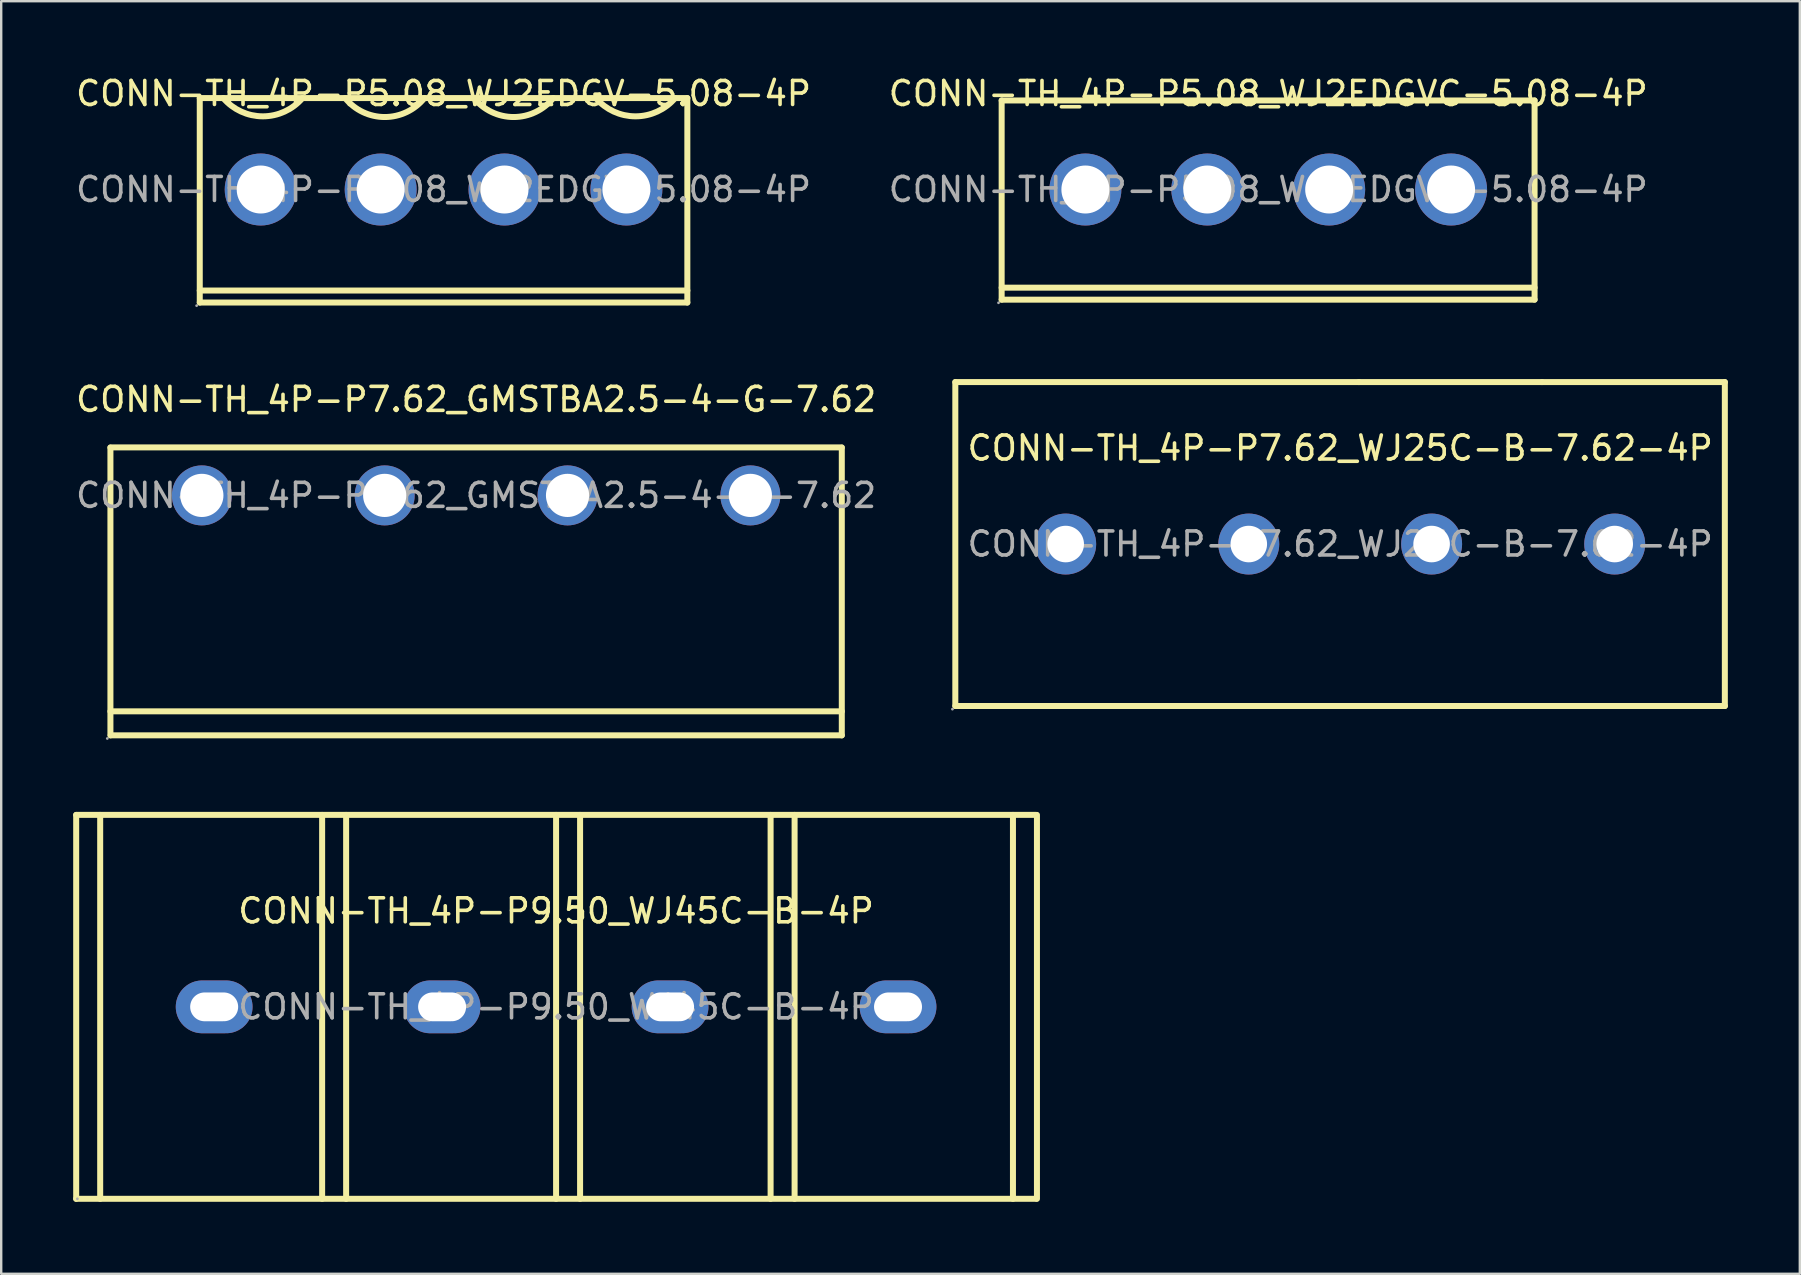
<source format=kicad_pcb>
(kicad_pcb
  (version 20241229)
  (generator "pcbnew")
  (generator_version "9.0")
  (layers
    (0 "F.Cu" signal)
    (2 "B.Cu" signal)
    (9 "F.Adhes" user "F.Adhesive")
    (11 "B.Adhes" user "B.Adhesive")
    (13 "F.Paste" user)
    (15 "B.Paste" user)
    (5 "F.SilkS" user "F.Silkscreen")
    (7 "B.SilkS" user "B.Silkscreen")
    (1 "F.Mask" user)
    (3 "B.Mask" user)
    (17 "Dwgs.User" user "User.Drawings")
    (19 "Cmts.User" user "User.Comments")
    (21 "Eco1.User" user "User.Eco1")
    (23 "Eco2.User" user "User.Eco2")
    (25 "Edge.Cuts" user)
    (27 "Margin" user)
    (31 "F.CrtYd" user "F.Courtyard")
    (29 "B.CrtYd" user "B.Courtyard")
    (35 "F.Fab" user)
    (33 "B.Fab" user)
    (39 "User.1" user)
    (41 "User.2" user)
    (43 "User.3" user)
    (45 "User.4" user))
  (footprint "CONN-TH_4P-P5.08_WJ2EDGV-5.08-4P"
    (layer "F.Cu")
    (at 15.435 4.848)
    (property "Reference" "CONN-TH_4P-P5.08_WJ2EDGV-5.08-4P" (at 0 -4 0) (layer "F.SilkS") (effects (font (size 1 1) (thickness 0.15))))
    (attr through_hole)
    (fp_line (start -10.16 -3.81) (end 10.16 -3.81) (stroke (width 0.25) (type solid)) (layer "F.SilkS"))
    (fp_line (start -10.16 4.71) (end -10.16 -3.81) (stroke (width 0.25) (type solid)) (layer "F.SilkS"))
    (fp_line (start -10.16 4.71) (end 10.16 4.71) (stroke (width 0.25) (type solid)) (layer "F.SilkS"))
    (fp_line (start 10.16 4.21) (end -10.16 4.21) (stroke (width 0.25) (type solid)) (layer "F.SilkS"))
    (fp_line (start 10.16 4.71) (end 10.16 -3.81) (stroke (width 0.25) (type solid)) (layer "F.SilkS"))
    (fp_arc (start -5.88 -3.81) (mid -7.530394 -3.049608) (end -9.180511 -3.810599) (stroke (width 0.25) (type solid)) (layer "F.SilkS"))
    (fp_arc (start -0.8 -3.81) (mid -2.449109 -3.020708) (end -4.098881 -3.808614) (stroke (width 0.25) (type solid)) (layer "F.SilkS"))
    (fp_arc (start 4.57 -3.81) (mid 2.920891 -3.020708) (end 1.271119 -3.808614) (stroke (width 0.25) (type solid)) (layer "F.SilkS"))
    (fp_arc (start 9.65 -3.81) (mid 7.999606 -3.049608) (end 6.349489 -3.810599) (stroke (width 0.25) (type solid)) (layer "F.SilkS"))
    (fp_circle (center -10.29 4.84) (end -10.26 4.84) (stroke (width 0.06) (type solid)) (fill no) (layer "F.Fab"))
    (fp_circle (center -7.62 0) (end -7.17 0) (stroke (width 0.9) (type solid)) (fill no) (layer "F.Fab"))
    (fp_circle (center -2.62 0) (end -2.17 0) (stroke (width 0.9) (type solid)) (fill no) (layer "F.Fab"))
    (fp_circle (center 2.54 0) (end 2.99 0) (stroke (width 0.9) (type solid)) (fill no) (layer "F.Fab"))
    (fp_circle (center 7.62 0) (end 8.07 0) (stroke (width 0.9) (type solid)) (fill no) (layer "F.Fab"))
    (fp_text user "${REFERENCE}" (at 0 0 0) (layer "F.Fab") (effects (font (size 1 1) (thickness 0.15))))
    (pad "1" thru_hole circle (at -7.62 0) (size 3 3) (drill 2) (layers "*.Cu" "*.Paste" "*.Mask"))
    (pad "2" thru_hole circle (at -2.62 0) (size 3 3) (drill 2) (layers "*.Cu" "*.Paste" "*.Mask"))
    (pad "3" thru_hole circle (at 2.54 0) (size 3 3) (drill 2) (layers "*.Cu" "*.Paste" "*.Mask"))
    (pad "4" thru_hole circle (at 7.62 0) (size 3 3) (drill 2) (layers "*.Cu" "*.Paste" "*.Mask")))
  (footprint "CONN-TH_4P-P7.62_GMSTBA2.5-4-G-7.62"
    (layer "F.Cu")
    (at 16.792 17.596)
    (property "Reference" "CONN-TH_4P-P7.62_GMSTBA2.5-4-G-7.62" (at 0 -4 0) (layer "F.SilkS") (effects (font (size 1 1) (thickness 0.15))))
    (attr through_hole)
    (fp_line (start -15.24 -2) (end 15.24 -2) (stroke (width 0.25) (type solid)) (layer "F.SilkS"))
    (fp_line (start -15.24 9) (end 15.24 9) (stroke (width 0.25) (type solid)) (layer "F.SilkS"))
    (fp_line (start -15.24 10) (end -15.24 -1.99) (stroke (width 0.25) (type solid)) (layer "F.SilkS"))
    (fp_line (start -15.23 10) (end 15.24 10) (stroke (width 0.25) (type solid)) (layer "F.SilkS"))
    (fp_line (start 15.24 10) (end 15.24 -1.99) (stroke (width 0.25) (type solid)) (layer "F.SilkS"))
    (fp_circle (center -15.37 10.13) (end -15.34 10.13) (stroke (width 0.06) (type solid)) (fill no) (layer "F.Fab"))
    (fp_circle (center -11.43 0) (end -11.03 0) (stroke (width 0.8) (type solid)) (fill no) (layer "F.Fab"))
    (fp_circle (center -3.81 0) (end -3.41 0) (stroke (width 0.8) (type solid)) (fill no) (layer "F.Fab"))
    (fp_circle (center 3.81 0) (end 4.21 0) (stroke (width 0.8) (type solid)) (fill no) (layer "F.Fab"))
    (fp_circle (center 11.43 0) (end 11.83 0) (stroke (width 0.8) (type solid)) (fill no) (layer "F.Fab"))
    (fp_text user "${REFERENCE}" (at 0 0 0) (layer "F.Fab") (effects (font (size 1 1) (thickness 0.15))))
    (pad "1" thru_hole circle (at -11.43 0) (size 2.5 2.5) (drill 1.8) (layers "*.Cu" "*.Paste" "*.Mask"))
    (pad "2" thru_hole circle (at -3.81 0) (size 2.5 2.5) (drill 1.8) (layers "*.Cu" "*.Paste" "*.Mask"))
    (pad "3" thru_hole circle (at 3.81 0) (size 2.5 2.5) (drill 1.8) (layers "*.Cu" "*.Paste" "*.Mask"))
    (pad "4" thru_hole circle (at 11.43 0) (size 2.5 2.5) (drill 1.8) (layers "*.Cu" "*.Paste" "*.Mask")))
  (footprint "CONN-TH_4P-P5.08_WJ2EDGVC-5.08-4P"
    (layer "F.Cu")
    (at 49.804 4.848)
    (property "Reference" "CONN-TH_4P-P5.08_WJ2EDGVC-5.08-4P" (at 0 -4 0) (layer "F.SilkS") (effects (font (size 1 1) (thickness 0.15))))
    (attr through_hole)
    (fp_line (start -11.11 -3.71) (end -11.11 4.59) (stroke (width 0.25) (type solid)) (layer "F.SilkS"))
    (fp_line (start -11.11 4.09) (end 11.1 4.09) (stroke (width 0.25) (type solid)) (layer "F.SilkS"))
    (fp_line (start -11.11 4.59) (end 11.1 4.59) (stroke (width 0.25) (type solid)) (layer "F.SilkS"))
    (fp_line (start 11.1 -3.71) (end -11.11 -3.71) (stroke (width 0.25) (type solid)) (layer "F.SilkS"))
    (fp_line (start 11.1 -3.71) (end 11.1 4.59) (stroke (width 0.25) (type solid)) (layer "F.SilkS"))
    (fp_circle (center -11.24 4.72) (end -11.21 4.72) (stroke (width 0.06) (type solid)) (fill no) (layer "F.Fab"))
    (fp_circle (center -7.62 0) (end -7.17 0) (stroke (width 0.9) (type solid)) (fill no) (layer "F.Fab"))
    (fp_circle (center -2.54 0) (end -2.09 0) (stroke (width 0.9) (type solid)) (fill no) (layer "F.Fab"))
    (fp_circle (center 2.54 0) (end 2.99 0) (stroke (width 0.9) (type solid)) (fill no) (layer "F.Fab"))
    (fp_circle (center 7.62 0) (end 8.07 0) (stroke (width 0.9) (type solid)) (fill no) (layer "F.Fab"))
    (fp_text user "${REFERENCE}" (at 0 0 0) (layer "F.Fab") (effects (font (size 1 1) (thickness 0.15))))
    (pad "1" thru_hole circle (at -7.62 0) (size 3 3) (drill 2) (layers "*.Cu" "*.Paste" "*.Mask"))
    (pad "2" thru_hole circle (at -2.54 0) (size 3 3) (drill 2) (layers "*.Cu" "*.Paste" "*.Mask"))
    (pad "3" thru_hole circle (at 2.54 0) (size 3 3) (drill 2) (layers "*.Cu" "*.Paste" "*.Mask"))
    (pad "4" thru_hole circle (at 7.62 0) (size 3 3) (drill 2) (layers "*.Cu" "*.Paste" "*.Mask")))
  (footprint "CONN-TH_4P-P9.50_WJ45C-B-4P"
    (layer "F.Cu")
    (at 20.125 38.911)
    (property "Reference" "CONN-TH_4P-P9.50_WJ45C-B-4P" (at 0 -4 0) (layer "F.SilkS") (effects (font (size 1 1) (thickness 0.15))))
    (attr through_hole)
    (fp_line (start -20 -8) (end -20 8) (stroke (width 0.25) (type solid)) (layer "F.SilkS"))
    (fp_line (start -20 -8) (end 20 -8) (stroke (width 0.25) (type solid)) (layer "F.SilkS"))
    (fp_line (start -20 8) (end 20 8) (stroke (width 0.25) (type solid)) (layer "F.SilkS"))
    (fp_line (start -19 -8) (end -19 8) (stroke (width 0.25) (type solid)) (layer "F.SilkS"))
    (fp_line (start -9.75 -8) (end -9.75 8) (stroke (width 0.25) (type solid)) (layer "F.SilkS"))
    (fp_line (start -8.75 -8) (end -8.75 8) (stroke (width 0.25) (type solid)) (layer "F.SilkS"))
    (fp_line (start 0 -8) (end 0 8) (stroke (width 0.25) (type solid)) (layer "F.SilkS"))
    (fp_line (start 1 -8) (end 1 8) (stroke (width 0.25) (type solid)) (layer "F.SilkS"))
    (fp_line (start 8.94 -8) (end 8.94 8) (stroke (width 0.25) (type solid)) (layer "F.SilkS"))
    (fp_line (start 9.94 -8) (end 9.94 8) (stroke (width 0.25) (type solid)) (layer "F.SilkS"))
    (fp_line (start 19.04 -8) (end 19.04 8) (stroke (width 0.25) (type solid)) (layer "F.SilkS"))
    (fp_line (start 20.04 -8) (end 20.04 8) (stroke (width 0.25) (type solid)) (layer "F.SilkS"))
    (fp_circle (center -19.95 8) (end -19.92 8) (stroke (width 0.06) (type solid)) (fill no) (layer "F.Fab"))
    (fp_text user "${REFERENCE}" (at 0 0 0) (layer "F.Fab") (effects (font (size 1 1) (thickness 0.15))))
    (pad "1" thru_hole oval (at -14.25 0) (size 3.2 2.2) (drill oval 2 1.2) (layers "*.Cu" "*.Paste" "*.Mask"))
    (pad "2" thru_hole oval (at -4.75 0) (size 3.2 2.2) (drill oval 2 1.2) (layers "*.Cu" "*.Paste" "*.Mask"))
    (pad "3" thru_hole oval (at 4.75 0) (size 3.2 2.2) (drill oval 2 1.2) (layers "*.Cu" "*.Paste" "*.Mask"))
    (pad "4" thru_hole oval (at 14.25 0) (size 3.2 2.2) (drill oval 2 1.2) (layers "*.Cu" "*.Paste" "*.Mask")))
  (footprint "CONN-TH_4P-P7.62_WJ25C-B-7.62-4P"
    (layer "F.Cu")
    (at 52.803 19.623)
    (property "Reference" "CONN-TH_4P-P7.62_WJ25C-B-7.62-4P" (at 0 -4 0) (layer "F.SilkS") (effects (font (size 1 1) (thickness 0.15))))
    (attr through_hole)
    (fp_line (start -16.04 -6.75) (end 0.78 -6.75) (stroke (width 0.25) (type solid)) (layer "F.SilkS"))
    (fp_line (start -16.04 6.75) (end -16.04 -6.75) (stroke (width 0.25) (type solid)) (layer "F.SilkS"))
    (fp_line (start 0.78 -6.75) (end 8.41 -6.75) (stroke (width 0.25) (type solid)) (layer "F.SilkS"))
    (fp_line (start 0.78 6.75) (end -16.04 6.75) (stroke (width 0.25) (type solid)) (layer "F.SilkS"))
    (fp_line (start 8.41 -6.75) (end 16.03 -6.75) (stroke (width 0.25) (type solid)) (layer "F.SilkS"))
    (fp_line (start 8.41 6.75) (end 0.78 6.75) (stroke (width 0.25) (type solid)) (layer "F.SilkS"))
    (fp_line (start 16.03 -6.75) (end 16.03 6.75) (stroke (width 0.25) (type solid)) (layer "F.SilkS"))
    (fp_line (start 16.03 6.75) (end 8.41 6.75) (stroke (width 0.25) (type solid)) (layer "F.SilkS"))
    (fp_circle (center -16.16 6.88) (end -16.13 6.88) (stroke (width 0.06) (type solid)) (fill no) (layer "F.Fab"))
    (fp_circle (center -11.44 0) (end -11.11 0) (stroke (width 0.66) (type solid)) (fill no) (layer "F.Fab"))
    (fp_circle (center -3.81 0) (end -3.48 0) (stroke (width 0.66) (type solid)) (fill no) (layer "F.Fab"))
    (fp_circle (center 3.81 0) (end 4.14 0) (stroke (width 0.66) (type solid)) (fill no) (layer "F.Fab"))
    (fp_circle (center 11.44 0) (end 11.77 0) (stroke (width 0.66) (type solid)) (fill no) (layer "F.Fab"))
    (fp_text user "${REFERENCE}" (at 0 0 0) (layer "F.Fab") (effects (font (size 1 1) (thickness 0.15))))
    (pad "1" thru_hole circle (at -11.44 0) (size 2.54 2.54) (drill 1.524) (layers "*.Cu" "*.Paste" "*.Mask"))
    (pad "2" thru_hole circle (at -3.81 0) (size 2.54 2.54) (drill 1.524) (layers "*.Cu" "*.Paste" "*.Mask"))
    (pad "3" thru_hole circle (at 3.81 0) (size 2.54 2.54) (drill 1.524) (layers "*.Cu" "*.Paste" "*.Mask"))
    (pad "4" thru_hole circle (at 11.44 0) (size 2.54 2.54) (drill 1.524) (layers "*.Cu" "*.Paste" "*.Mask")))
  (gr_rect
    (start -3 -3)
    (end 71.958 50.036)
    (stroke (width 0.1) (type default))
    (fill no)
    (layer "Edge.Cuts")))
</source>
